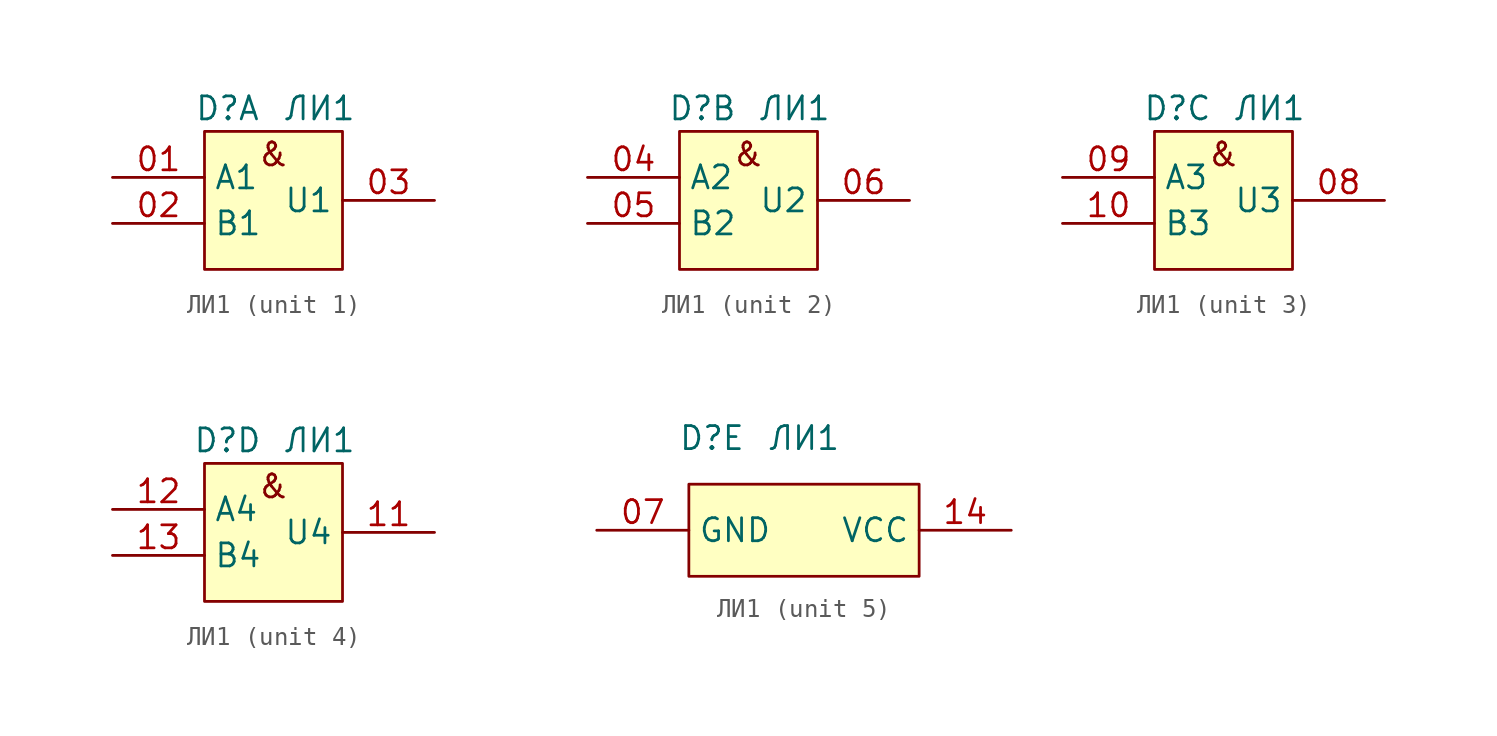
<source format=kicad_sym>
(kicad_symbol_lib
  (version 20231120)
  (generator "kicad_symbol_editor")
  (generator_version "8.0")
  (symbol "ЛИ1"
    (property "Reference" "D"
      (at -2.54 -5.08 0)
      (effects (font (size 1.27 1.27))))
    (property "Value" "ЛИ1"
      (at 2.54 -5.08 0)
      (effects (font (size 1.27 1.27))))
    (property "ki_locked" ""
      (at 0 0 0)
      (effects (font (size 1.27 1.27))))
    (symbol "ЛИ1_1_0"
      (rectangle (start -3.81 -6.35) (end 3.81 -13.97) (stroke (width 0) (type default)) (fill (type background))))
    (symbol "ЛИ1_1_1"
      (text "&" (at 0 -7.62 0) (effects (font (size 1.27 1.27))))
      (pin input line (at -8.89 -8.89 0) (length 5.08) (name "A1" (effects (font (size 1.27 1.27)))) (number "01" (effects (font (size 1.27 1.27)))))
      (pin input line (at -8.89 -11.43 0) (length 5.08) (name "B1" (effects (font (size 1.27 1.27)))) (number "02" (effects (font (size 1.27 1.27)))))
      (pin output line (at 8.89 -10.16 180) (length 5.08) (name "U1" (effects (font (size 1.27 1.27)))) (number "03" (effects (font (size 1.27 1.27))))))
    (symbol "ЛИ1_2_0"
      (rectangle (start -3.81 -6.35) (end 3.81 -13.97) (stroke (width 0) (type default)) (fill (type background))))
    (symbol "ЛИ1_2_1"
      (text "&" (at 0 -7.62 0) (effects (font (size 1.27 1.27))))
      (pin input line (at -8.89 -8.89 0) (length 5.08) (name "A2" (effects (font (size 1.27 1.27)))) (number "04" (effects (font (size 1.27 1.27)))))
      (pin input line (at -8.89 -11.43 0) (length 5.08) (name "B2" (effects (font (size 1.27 1.27)))) (number "05" (effects (font (size 1.27 1.27)))))
      (pin output line (at 8.89 -10.16 180) (length 5.08) (name "U2" (effects (font (size 1.27 1.27)))) (number "06" (effects (font (size 1.27 1.27))))))
    (symbol "ЛИ1_3_0"
      (rectangle (start -3.81 -6.35) (end 3.81 -13.97) (stroke (width 0) (type default)) (fill (type background))))
    (symbol "ЛИ1_3_1"
      (text "&" (at 0 -7.62 0) (effects (font (size 1.27 1.27))))
      (pin output line (at 8.89 -10.16 180) (length 5.08) (name "U3" (effects (font (size 1.27 1.27)))) (number "08" (effects (font (size 1.27 1.27)))))
      (pin input line (at -8.89 -8.89 0) (length 5.08) (name "A3" (effects (font (size 1.27 1.27)))) (number "09" (effects (font (size 1.27 1.27)))))
      (pin input line (at -8.89 -11.43 0) (length 5.08) (name "B3" (effects (font (size 1.27 1.27)))) (number "10" (effects (font (size 1.27 1.27))))))
    (symbol "ЛИ1_4_0"
      (rectangle (start -3.81 -6.35) (end 3.81 -13.97) (stroke (width 0) (type default)) (fill (type background))))
    (symbol "ЛИ1_4_1"
      (text "&" (at 0 -7.62 0) (effects (font (size 1.27 1.27))))
      (pin output line (at 8.89 -10.16 180) (length 5.08) (name "U4" (effects (font (size 1.27 1.27)))) (number "11" (effects (font (size 1.27 1.27)))))
      (pin input line (at -8.89 -8.89 0) (length 5.08) (name "A4" (effects (font (size 1.27 1.27)))) (number "12" (effects (font (size 1.27 1.27)))))
      (pin input line (at -8.89 -11.43 0) (length 5.08) (name "B4" (effects (font (size 1.27 1.27)))) (number "13" (effects (font (size 1.27 1.27))))))
    (symbol "ЛИ1_5_1"
      (rectangle (start -3.81 -7.62) (end 8.89 -12.7) (stroke (width 0) (type default)) (fill (type background)))
      (pin power_in line (at -8.89 -10.16 0) (length 5.08) (name "GND" (effects (font (size 1.27 1.27)))) (number "07" (effects (font (size 1.27 1.27)))))
      (pin power_in line (at 13.97 -10.16 180) (length 5.08) (name "VCC" (effects (font (size 1.27 1.27)))) (number "14" (effects (font (size 1.27 1.27))))))))
</source>
